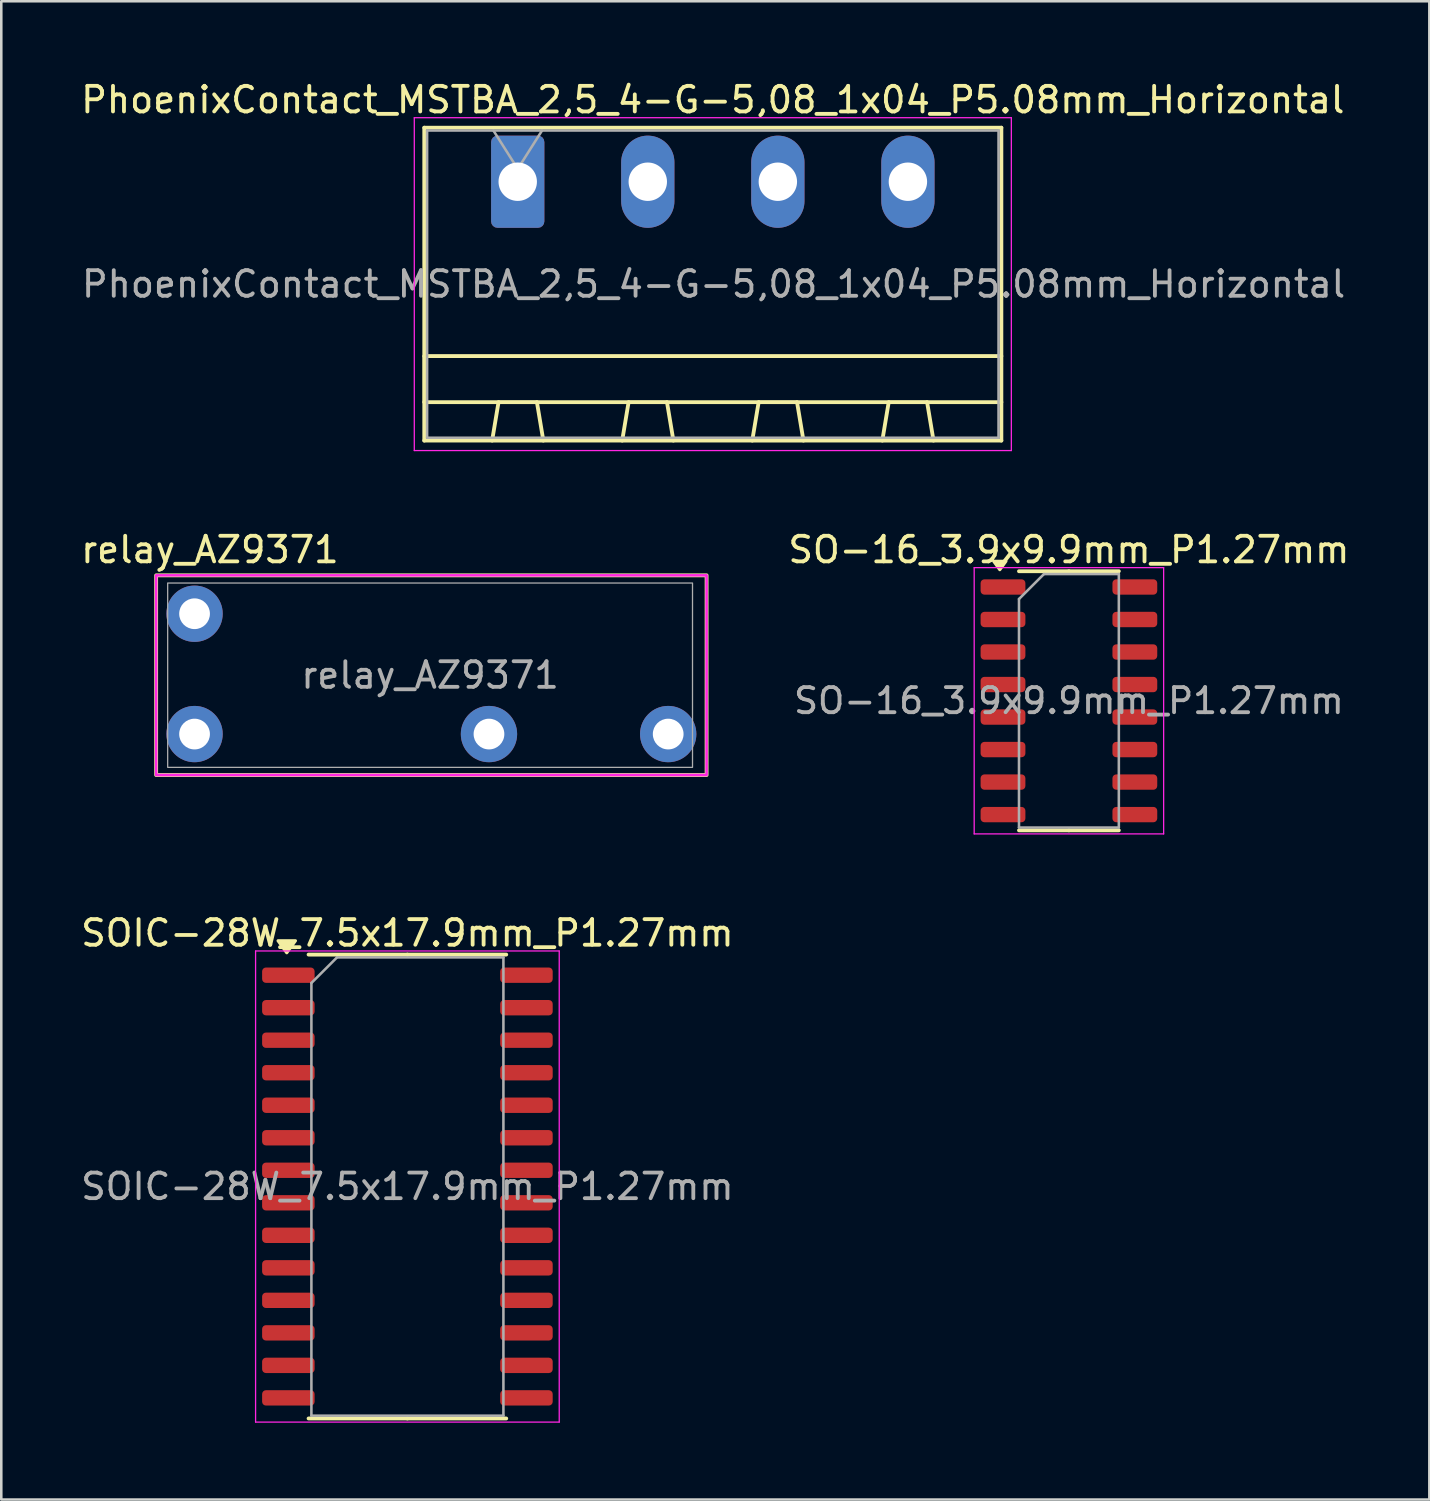
<source format=kicad_pcb>
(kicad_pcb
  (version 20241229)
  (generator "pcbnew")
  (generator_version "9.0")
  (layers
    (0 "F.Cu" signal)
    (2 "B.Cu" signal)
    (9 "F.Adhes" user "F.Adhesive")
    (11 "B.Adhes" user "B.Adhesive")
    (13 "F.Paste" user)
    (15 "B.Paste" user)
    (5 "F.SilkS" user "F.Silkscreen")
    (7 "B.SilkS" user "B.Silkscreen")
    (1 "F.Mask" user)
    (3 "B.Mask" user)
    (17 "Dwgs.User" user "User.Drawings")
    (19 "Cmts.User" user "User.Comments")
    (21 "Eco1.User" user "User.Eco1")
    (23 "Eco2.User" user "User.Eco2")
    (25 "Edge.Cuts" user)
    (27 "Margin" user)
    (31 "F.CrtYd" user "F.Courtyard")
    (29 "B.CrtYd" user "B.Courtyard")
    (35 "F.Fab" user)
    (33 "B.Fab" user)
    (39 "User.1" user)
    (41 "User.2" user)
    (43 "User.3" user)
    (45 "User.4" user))
  (footprint "SOIC-28W_7.5x17.9mm_P1.27mm"
    (layer "F.Cu")
    (at 12.863 43.295)
    (property "Reference" "SOIC-28W_7.5x17.9mm_P1.27mm" (at 0 -9.9 0) (layer "F.SilkS") (effects (font (size 1 1) (thickness 0.15))))
    (attr smd)
    (fp_line (start 0 -9.06) (end -3.86 -9.06) (stroke (width 0.15) (type solid)) (layer "F.SilkS"))
    (fp_line (start 0 -9.06) (end 3.86 -9.06) (stroke (width 0.15) (type solid)) (layer "F.SilkS"))
    (fp_line (start 0 9.06) (end -3.86 9.06) (stroke (width 0.15) (type solid)) (layer "F.SilkS"))
    (fp_line (start 0 9.06) (end 3.86 9.06) (stroke (width 0.15) (type solid)) (layer "F.SilkS"))
    (fp_poly (pts (xy -4.713 -9.13) (xy -5.053 -9.6) (xy -4.372 -9.6) (xy -4.713 -9.13)) (stroke (width 0.12) (type solid)) (fill yes) (layer "F.SilkS"))
    (fp_line (start -5.93 -9.2) (end -5.93 9.2) (stroke (width 0.05) (type solid)) (layer "F.CrtYd"))
    (fp_line (start -5.93 9.2) (end 5.93 9.2) (stroke (width 0.05) (type solid)) (layer "F.CrtYd"))
    (fp_line (start 5.93 -9.2) (end -5.93 -9.2) (stroke (width 0.05) (type solid)) (layer "F.CrtYd"))
    (fp_line (start 5.93 9.2) (end 5.93 -9.2) (stroke (width 0.05) (type solid)) (layer "F.CrtYd"))
    (fp_line (start -3.75 -7.95) (end -2.75 -8.95) (stroke (width 0.1) (type solid)) (layer "F.Fab"))
    (fp_line (start -3.75 8.95) (end -3.75 -7.95) (stroke (width 0.1) (type solid)) (layer "F.Fab"))
    (fp_line (start -2.75 -8.95) (end 3.75 -8.95) (stroke (width 0.1) (type solid)) (layer "F.Fab"))
    (fp_line (start 3.75 -8.95) (end 3.75 8.95) (stroke (width 0.1) (type solid)) (layer "F.Fab"))
    (fp_line (start 3.75 8.95) (end -3.75 8.95) (stroke (width 0.1) (type solid)) (layer "F.Fab"))
    (fp_text user "${REFERENCE}" (at 0 0 0) (layer "F.Fab") (effects (font (size 1 1) (thickness 0.15))))
    (pad "1" smd roundrect (at -4.65 -8.255) (size 2.05 0.6) (layers "F.Cu" "F.Mask" "F.Paste") (roundrect_rratio 0.25))
    (pad "2" smd roundrect (at -4.65 -6.985) (size 2.05 0.6) (layers "F.Cu" "F.Mask" "F.Paste") (roundrect_rratio 0.25))
    (pad "3" smd roundrect (at -4.65 -5.715) (size 2.05 0.6) (layers "F.Cu" "F.Mask" "F.Paste") (roundrect_rratio 0.25))
    (pad "4" smd roundrect (at -4.65 -4.445) (size 2.05 0.6) (layers "F.Cu" "F.Mask" "F.Paste") (roundrect_rratio 0.25))
    (pad "5" smd roundrect (at -4.65 -3.175) (size 2.05 0.6) (layers "F.Cu" "F.Mask" "F.Paste") (roundrect_rratio 0.25))
    (pad "6" smd roundrect (at -4.65 -1.905) (size 2.05 0.6) (layers "F.Cu" "F.Mask" "F.Paste") (roundrect_rratio 0.25))
    (pad "7" smd roundrect (at -4.65 -0.635) (size 2.05 0.6) (layers "F.Cu" "F.Mask" "F.Paste") (roundrect_rratio 0.25))
    (pad "8" smd roundrect (at -4.65 0.635) (size 2.05 0.6) (layers "F.Cu" "F.Mask" "F.Paste") (roundrect_rratio 0.25))
    (pad "9" smd roundrect (at -4.65 1.905) (size 2.05 0.6) (layers "F.Cu" "F.Mask" "F.Paste") (roundrect_rratio 0.25))
    (pad "10" smd roundrect (at -4.65 3.175) (size 2.05 0.6) (layers "F.Cu" "F.Mask" "F.Paste") (roundrect_rratio 0.25))
    (pad "11" smd roundrect (at -4.65 4.445) (size 2.05 0.6) (layers "F.Cu" "F.Mask" "F.Paste") (roundrect_rratio 0.25))
    (pad "12" smd roundrect (at -4.65 5.715) (size 2.05 0.6) (layers "F.Cu" "F.Mask" "F.Paste") (roundrect_rratio 0.25))
    (pad "13" smd roundrect (at -4.65 6.985) (size 2.05 0.6) (layers "F.Cu" "F.Mask" "F.Paste") (roundrect_rratio 0.25))
    (pad "14" smd roundrect (at -4.65 8.255) (size 2.05 0.6) (layers "F.Cu" "F.Mask" "F.Paste") (roundrect_rratio 0.25))
    (pad "15" smd roundrect (at 4.65 8.255) (size 2.05 0.6) (layers "F.Cu" "F.Mask" "F.Paste") (roundrect_rratio 0.25))
    (pad "16" smd roundrect (at 4.65 6.985) (size 2.05 0.6) (layers "F.Cu" "F.Mask" "F.Paste") (roundrect_rratio 0.25))
    (pad "17" smd roundrect (at 4.65 5.715) (size 2.05 0.6) (layers "F.Cu" "F.Mask" "F.Paste") (roundrect_rratio 0.25))
    (pad "18" smd roundrect (at 4.65 4.445) (size 2.05 0.6) (layers "F.Cu" "F.Mask" "F.Paste") (roundrect_rratio 0.25))
    (pad "19" smd roundrect (at 4.65 3.175) (size 2.05 0.6) (layers "F.Cu" "F.Mask" "F.Paste") (roundrect_rratio 0.25))
    (pad "20" smd roundrect (at 4.65 1.905) (size 2.05 0.6) (layers "F.Cu" "F.Mask" "F.Paste") (roundrect_rratio 0.25))
    (pad "21" smd roundrect (at 4.65 0.635) (size 2.05 0.6) (layers "F.Cu" "F.Mask" "F.Paste") (roundrect_rratio 0.25))
    (pad "22" smd roundrect (at 4.65 -0.635) (size 2.05 0.6) (layers "F.Cu" "F.Mask" "F.Paste") (roundrect_rratio 0.25))
    (pad "23" smd roundrect (at 4.65 -1.905) (size 2.05 0.6) (layers "F.Cu" "F.Mask" "F.Paste") (roundrect_rratio 0.25))
    (pad "24" smd roundrect (at 4.65 -3.175) (size 2.05 0.6) (layers "F.Cu" "F.Mask" "F.Paste") (roundrect_rratio 0.25))
    (pad "25" smd roundrect (at 4.65 -4.445) (size 2.05 0.6) (layers "F.Cu" "F.Mask" "F.Paste") (roundrect_rratio 0.25))
    (pad "26" smd roundrect (at 4.65 -5.715) (size 2.05 0.6) (layers "F.Cu" "F.Mask" "F.Paste") (roundrect_rratio 0.25))
    (pad "27" smd roundrect (at 4.65 -6.985) (size 2.05 0.6) (layers "F.Cu" "F.Mask" "F.Paste") (roundrect_rratio 0.25))
    (pad "28" smd roundrect (at 4.65 -8.255) (size 2.05 0.6) (layers "F.Cu" "F.Mask" "F.Paste") (roundrect_rratio 0.25)))
  (footprint "SO-16_3.9x9.9mm_P1.27mm"
    (layer "F.Cu")
    (at 38.701 24.322)
    (property "Reference" "SO-16_3.9x9.9mm_P1.27mm" (at 0 -5.9 0) (layer "F.SilkS") (effects (font (size 1 1) (thickness 0.15))))
    (attr smd)
    (fp_line (start 0 -5.06) (end -1.95 -5.06) (stroke (width 0.15) (type solid)) (layer "F.SilkS"))
    (fp_line (start 0 -5.06) (end 1.95 -5.06) (stroke (width 0.15) (type solid)) (layer "F.SilkS"))
    (fp_line (start 0 5.06) (end -1.95 5.06) (stroke (width 0.15) (type solid)) (layer "F.SilkS"))
    (fp_line (start 0 5.06) (end 1.95 5.06) (stroke (width 0.15) (type solid)) (layer "F.SilkS"))
    (fp_poly (pts (xy -2.7 -5.12) (xy -2.94 -5.45) (xy -2.46 -5.45) (xy -2.7 -5.12)) (stroke (width 0.12) (type solid)) (fill yes) (layer "F.SilkS"))
    (fp_line (start -3.7 -5.2) (end -3.7 5.2) (stroke (width 0.05) (type solid)) (layer "F.CrtYd"))
    (fp_line (start -3.7 5.2) (end 3.7 5.2) (stroke (width 0.05) (type solid)) (layer "F.CrtYd"))
    (fp_line (start 3.7 -5.2) (end -3.7 -5.2) (stroke (width 0.05) (type solid)) (layer "F.CrtYd"))
    (fp_line (start 3.7 5.2) (end 3.7 -5.2) (stroke (width 0.05) (type solid)) (layer "F.CrtYd"))
    (fp_line (start -1.95 -3.975) (end -0.975 -4.95) (stroke (width 0.1) (type solid)) (layer "F.Fab"))
    (fp_line (start -1.95 4.95) (end -1.95 -3.975) (stroke (width 0.1) (type solid)) (layer "F.Fab"))
    (fp_line (start -0.975 -4.95) (end 1.95 -4.95) (stroke (width 0.1) (type solid)) (layer "F.Fab"))
    (fp_line (start 1.95 -4.95) (end 1.95 4.95) (stroke (width 0.1) (type solid)) (layer "F.Fab"))
    (fp_line (start 1.95 4.95) (end -1.95 4.95) (stroke (width 0.1) (type solid)) (layer "F.Fab"))
    (fp_text user "${REFERENCE}" (at 0 0 0) (layer "F.Fab") (effects (font (size 0.98 0.98) (thickness 0.15))))
    (pad "1" smd roundrect (at -2.575 -4.445) (size 1.75 0.6) (layers "F.Cu" "F.Mask" "F.Paste") (roundrect_rratio 0.25))
    (pad "2" smd roundrect (at -2.575 -3.175) (size 1.75 0.6) (layers "F.Cu" "F.Mask" "F.Paste") (roundrect_rratio 0.25))
    (pad "3" smd roundrect (at -2.575 -1.905) (size 1.75 0.6) (layers "F.Cu" "F.Mask" "F.Paste") (roundrect_rratio 0.25))
    (pad "4" smd roundrect (at -2.575 -0.635) (size 1.75 0.6) (layers "F.Cu" "F.Mask" "F.Paste") (roundrect_rratio 0.25))
    (pad "5" smd roundrect (at -2.575 0.635) (size 1.75 0.6) (layers "F.Cu" "F.Mask" "F.Paste") (roundrect_rratio 0.25))
    (pad "6" smd roundrect (at -2.575 1.905) (size 1.75 0.6) (layers "F.Cu" "F.Mask" "F.Paste") (roundrect_rratio 0.25))
    (pad "7" smd roundrect (at -2.575 3.175) (size 1.75 0.6) (layers "F.Cu" "F.Mask" "F.Paste") (roundrect_rratio 0.25))
    (pad "8" smd roundrect (at -2.575 4.445) (size 1.75 0.6) (layers "F.Cu" "F.Mask" "F.Paste") (roundrect_rratio 0.25))
    (pad "9" smd roundrect (at 2.575 4.445) (size 1.75 0.6) (layers "F.Cu" "F.Mask" "F.Paste") (roundrect_rratio 0.25))
    (pad "10" smd roundrect (at 2.575 3.175) (size 1.75 0.6) (layers "F.Cu" "F.Mask" "F.Paste") (roundrect_rratio 0.25))
    (pad "11" smd roundrect (at 2.575 1.905) (size 1.75 0.6) (layers "F.Cu" "F.Mask" "F.Paste") (roundrect_rratio 0.25))
    (pad "12" smd roundrect (at 2.575 0.635) (size 1.75 0.6) (layers "F.Cu" "F.Mask" "F.Paste") (roundrect_rratio 0.25))
    (pad "13" smd roundrect (at 2.575 -0.635) (size 1.75 0.6) (layers "F.Cu" "F.Mask" "F.Paste") (roundrect_rratio 0.25))
    (pad "14" smd roundrect (at 2.575 -1.905) (size 1.75 0.6) (layers "F.Cu" "F.Mask" "F.Paste") (roundrect_rratio 0.25))
    (pad "15" smd roundrect (at 2.575 -3.175) (size 1.75 0.6) (layers "F.Cu" "F.Mask" "F.Paste") (roundrect_rratio 0.25))
    (pad "16" smd roundrect (at 2.575 -4.445) (size 1.75 0.6) (layers "F.Cu" "F.Mask" "F.Paste") (roundrect_rratio 0.25)))
  (footprint "PhoenixContact_MSTBA_2,5_4-G-5,08_1x04_P5.08mm_Horizontal"
    (layer "F.Cu")
    (at 24.822 8.048)
    (property "Reference" "PhoenixContact_MSTBA_2,5_4-G-5,08_1x04_P5.08mm_Horizontal" (at -0.03 -7.2 0) (layer "F.SilkS") (effects (font (size 1 1) (thickness 0.15))))
    (attr through_hole)
    (fp_line (start -11.3 -6.11) (end -11.3 6.11) (stroke (width 0.15) (type solid)) (layer "F.SilkS"))
    (fp_line (start -11.3 2.81) (end 11.24 2.81) (stroke (width 0.15) (type solid)) (layer "F.SilkS"))
    (fp_line (start -11.3 4.61) (end -11.3 2.81) (stroke (width 0.12) (type solid)) (layer "F.SilkS"))
    (fp_line (start -11.3 6.11) (end 11.24 6.11) (stroke (width 0.15) (type solid)) (layer "F.SilkS"))
    (fp_line (start -8.65 6.11) (end -6.65 6.11) (stroke (width 0.12) (type solid)) (layer "F.SilkS"))
    (fp_line (start -8.4 4.61) (end -8.65 6.11) (stroke (width 0.15) (type solid)) (layer "F.SilkS"))
    (fp_line (start -6.9 4.61) (end -8.4 4.61) (stroke (width 0.12) (type solid)) (layer "F.SilkS"))
    (fp_line (start -6.65 6.11) (end -6.9 4.61) (stroke (width 0.15) (type solid)) (layer "F.SilkS"))
    (fp_line (start -3.57 6.11) (end -1.57 6.11) (stroke (width 0.12) (type solid)) (layer "F.SilkS"))
    (fp_line (start -3.32 4.61) (end -3.57 6.11) (stroke (width 0.15) (type solid)) (layer "F.SilkS"))
    (fp_line (start -1.82 4.61) (end -3.32 4.61) (stroke (width 0.12) (type solid)) (layer "F.SilkS"))
    (fp_line (start -1.57 6.11) (end -1.82 4.61) (stroke (width 0.15) (type solid)) (layer "F.SilkS"))
    (fp_line (start 1.51 6.11) (end 3.51 6.11) (stroke (width 0.12) (type solid)) (layer "F.SilkS"))
    (fp_line (start 1.76 4.61) (end 1.51 6.11) (stroke (width 0.15) (type solid)) (layer "F.SilkS"))
    (fp_line (start 3.26 4.61) (end 1.76 4.61) (stroke (width 0.12) (type solid)) (layer "F.SilkS"))
    (fp_line (start 3.51 6.11) (end 3.26 4.61) (stroke (width 0.15) (type solid)) (layer "F.SilkS"))
    (fp_line (start 6.59 6.11) (end 8.59 6.11) (stroke (width 0.12) (type solid)) (layer "F.SilkS"))
    (fp_line (start 6.84 4.61) (end 6.59 6.11) (stroke (width 0.15) (type solid)) (layer "F.SilkS"))
    (fp_line (start 8.34 4.61) (end 6.84 4.61) (stroke (width 0.12) (type solid)) (layer "F.SilkS"))
    (fp_line (start 8.59 6.11) (end 8.34 4.61) (stroke (width 0.15) (type solid)) (layer "F.SilkS"))
    (fp_line (start 11.24 -6.11) (end -11.3 -6.11) (stroke (width 0.15) (type solid)) (layer "F.SilkS"))
    (fp_line (start 11.24 2.81) (end 11.24 4.61) (stroke (width 0.12) (type solid)) (layer "F.SilkS"))
    (fp_line (start 11.24 4.61) (end -11.3 4.61) (stroke (width 0.15) (type solid)) (layer "F.SilkS"))
    (fp_line (start 11.24 6.11) (end 11.24 -6.11) (stroke (width 0.15) (type solid)) (layer "F.SilkS"))
    (fp_line (start -11.69 -6.5) (end -11.69 6.5) (stroke (width 0.05) (type solid)) (layer "F.CrtYd"))
    (fp_line (start -11.69 6.5) (end 11.63 6.5) (stroke (width 0.05) (type solid)) (layer "F.CrtYd"))
    (fp_line (start 11.63 -6.5) (end -11.69 -6.5) (stroke (width 0.05) (type solid)) (layer "F.CrtYd"))
    (fp_line (start 11.63 6.5) (end 11.63 -6.5) (stroke (width 0.05) (type solid)) (layer "F.CrtYd"))
    (fp_line (start -11.19 -6) (end -11.19 6) (stroke (width 0.1) (type solid)) (layer "F.Fab"))
    (fp_line (start -11.19 6) (end 11.13 6) (stroke (width 0.1) (type solid)) (layer "F.Fab"))
    (fp_line (start -7.65 -4.5) (end -8.6 -6) (stroke (width 0.1) (type solid)) (layer "F.Fab"))
    (fp_line (start -6.7 -6) (end -7.65 -4.5) (stroke (width 0.1) (type solid)) (layer "F.Fab"))
    (fp_line (start 11.13 -6) (end -11.19 -6) (stroke (width 0.1) (type solid)) (layer "F.Fab"))
    (fp_line (start 11.13 6) (end 11.13 -6) (stroke (width 0.1) (type solid)) (layer "F.Fab"))
    (fp_text user "${REFERENCE}" (at 0 0 0) (layer "F.Fab") (effects (font (size 1 1) (thickness 0.15))))
    (pad "1" thru_hole roundrect (at -7.65 -4) (size 2.08 3.6) (drill 1.5) (layers "*.Cu" "*.Mask") (roundrect_rratio 0.12))
    (pad "2" thru_hole oval (at -2.57 -4) (size 2.08 3.6) (drill 1.5) (layers "*.Cu" "*.Mask"))
    (pad "3" thru_hole oval (at 2.51 -4) (size 2.08 3.6) (drill 1.5) (layers "*.Cu" "*.Mask"))
    (pad "4" thru_hole oval (at 7.59 -4) (size 2.08 3.6) (drill 1.5) (layers "*.Cu" "*.Mask")))
  (footprint "relay_AZ9371"
    (layer "F.Cu")
    (at 13.749 23.322)
    (property "Reference" "relay_AZ9371" (at -8.6 -4.9 0) (unlocked yes) (layer "F.SilkS") (effects (font (size 1 1) (thickness 0.15))))
    (attr through_hole)
    (fp_rect (start -10.7 -3.9) (end 10.8 3.9) (stroke (width 0.15) (type default)) (fill no) (layer "F.SilkS"))
    (fp_rect (start -10.7 -3.9) (end 10.8 3.9) (stroke (width 0.1) (type default)) (fill no) (layer "F.CrtYd"))
    (fp_rect (start -10.25 -3.6) (end 10.25 3.6) (stroke (width 0.05) (type default)) (fill no) (layer "F.Fab"))
    (fp_text user "${REFERENCE}" (at 0 0 0) (unlocked yes) (layer "F.Fab") (effects (font (size 1 1) (thickness 0.15))))
    (pad "1" thru_hole circle (at -9.2 -2.4) (size 2.2 2.2) (drill 1.2) (layers "*.Cu" "*.Mask"))
    (pad "2" thru_hole circle (at -9.2 2.3) (size 2.2 2.2) (drill 1.2) (layers "*.Cu" "*.Mask"))
    (pad "3" thru_hole circle (at 2.3 2.3) (size 2.2 2.2) (drill 1.2) (layers "*.Cu" "*.Mask"))
    (pad "4" thru_hole circle (at 9.3 2.3) (size 2.2 2.2) (drill 1.2) (layers "*.Cu" "*.Mask")))
  (gr_rect
    (start -3 -3)
    (end 52.779 55.52)
    (stroke (width 0.1) (type default))
    (fill no)
    (layer "Edge.Cuts")))
</source>
